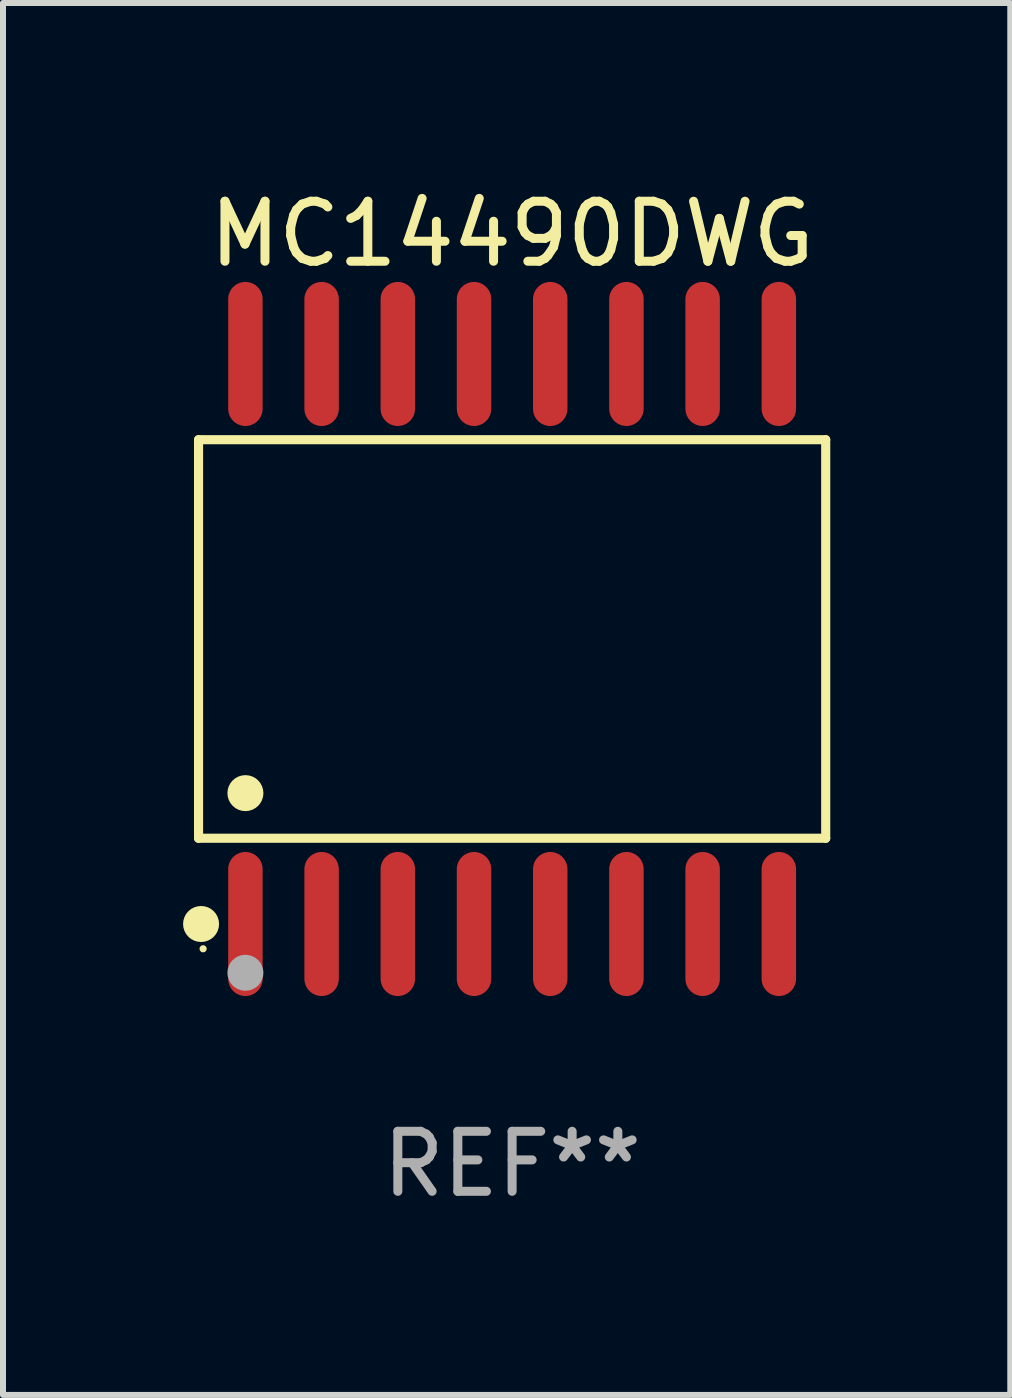
<source format=kicad_pcb>
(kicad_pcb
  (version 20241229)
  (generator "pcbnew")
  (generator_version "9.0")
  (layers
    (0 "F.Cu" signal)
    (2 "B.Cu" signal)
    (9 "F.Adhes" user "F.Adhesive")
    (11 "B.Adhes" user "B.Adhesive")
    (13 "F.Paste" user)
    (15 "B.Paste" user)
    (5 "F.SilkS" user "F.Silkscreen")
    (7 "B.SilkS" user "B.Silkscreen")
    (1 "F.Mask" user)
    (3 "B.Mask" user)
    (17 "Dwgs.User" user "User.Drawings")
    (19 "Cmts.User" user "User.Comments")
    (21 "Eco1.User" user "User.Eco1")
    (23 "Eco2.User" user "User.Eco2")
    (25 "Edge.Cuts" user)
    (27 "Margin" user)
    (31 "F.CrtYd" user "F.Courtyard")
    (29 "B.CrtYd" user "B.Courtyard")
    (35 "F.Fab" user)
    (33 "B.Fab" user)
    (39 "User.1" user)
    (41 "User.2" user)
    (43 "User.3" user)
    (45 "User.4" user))
  (footprint "MC14490DWG"
    (layer "F.Cu")
    (at 5.485 7.599)
    (property "Reference" "MC14490DWG" (at 0 -6.75 0) (layer "F.SilkS") (effects (font (size 1 1) (thickness 0.15))))
    (attr through_hole)
    (fp_line (start -5.226 -3.321) (end 5.226 -3.321) (stroke (width 0.152) (type solid)) (layer "F.SilkS"))
    (fp_line (start -5.226 3.321) (end -5.226 -3.321) (stroke (width 0.152) (type solid)) (layer "F.SilkS"))
    (fp_line (start 5.226 -3.321) (end 5.226 3.321) (stroke (width 0.152) (type solid)) (layer "F.SilkS"))
    (fp_line (start 5.226 3.321) (end -5.226 3.321) (stroke (width 0.152) (type solid)) (layer "F.SilkS"))
    (fp_circle (center -5.184 4.75) (end -5.034 4.75) (stroke (width 0.3) (type solid)) (fill no) (layer "F.SilkS"))
    (fp_circle (center -5.15 5.163) (end -5.12 5.163) (stroke (width 0.06) (type solid)) (fill no) (layer "F.SilkS"))
    (fp_circle (center -4.445 2.569) (end -4.295 2.569) (stroke (width 0.3) (type solid)) (fill no) (layer "F.SilkS"))
    (fp_circle (center -4.445 5.563) (end -4.295 5.563) (stroke (width 0.3) (type solid)) (fill no) (layer "F.Fab"))
    (fp_text user "REF**" (at 0 8.75 0) (layer "F.Fab") (effects (font (size 1 1) (thickness 0.15))))
    (pad "1" smd oval (at -4.445 4.75) (size 0.574 2.401) (layers "F.Cu" "F.Mask" "F.Paste"))
    (pad "2" smd oval (at -3.175 4.75) (size 0.574 2.401) (layers "F.Cu" "F.Mask" "F.Paste"))
    (pad "3" smd oval (at -1.905 4.75) (size 0.574 2.401) (layers "F.Cu" "F.Mask" "F.Paste"))
    (pad "4" smd oval (at -0.635 4.75) (size 0.574 2.401) (layers "F.Cu" "F.Mask" "F.Paste"))
    (pad "5" smd oval (at 0.635 4.75) (size 0.574 2.401) (layers "F.Cu" "F.Mask" "F.Paste"))
    (pad "6" smd oval (at 1.905 4.75) (size 0.574 2.401) (layers "F.Cu" "F.Mask" "F.Paste"))
    (pad "7" smd oval (at 3.175 4.75) (size 0.574 2.401) (layers "F.Cu" "F.Mask" "F.Paste"))
    (pad "8" smd oval (at 4.445 4.75) (size 0.574 2.401) (layers "F.Cu" "F.Mask" "F.Paste"))
    (pad "9" smd oval (at 4.445 -4.75) (size 0.574 2.401) (layers "F.Cu" "F.Mask" "F.Paste"))
    (pad "10" smd oval (at 3.175 -4.75) (size 0.574 2.401) (layers "F.Cu" "F.Mask" "F.Paste"))
    (pad "11" smd oval (at 1.905 -4.75) (size 0.574 2.401) (layers "F.Cu" "F.Mask" "F.Paste"))
    (pad "12" smd oval (at 0.635 -4.75) (size 0.574 2.401) (layers "F.Cu" "F.Mask" "F.Paste"))
    (pad "13" smd oval (at -0.635 -4.75) (size 0.574 2.401) (layers "F.Cu" "F.Mask" "F.Paste"))
    (pad "14" smd oval (at -1.905 -4.75) (size 0.574 2.401) (layers "F.Cu" "F.Mask" "F.Paste"))
    (pad "15" smd oval (at -3.175 -4.75) (size 0.574 2.401) (layers "F.Cu" "F.Mask" "F.Paste"))
    (pad "16" smd oval (at -4.445 -4.75) (size 0.574 2.401) (layers "F.Cu" "F.Mask" "F.Paste")))
  (gr_rect
    (start -3 -3)
    (end 13.787 20.197)
    (stroke (width 0.1) (type default))
    (fill no)
    (layer "Edge.Cuts")))
</source>
